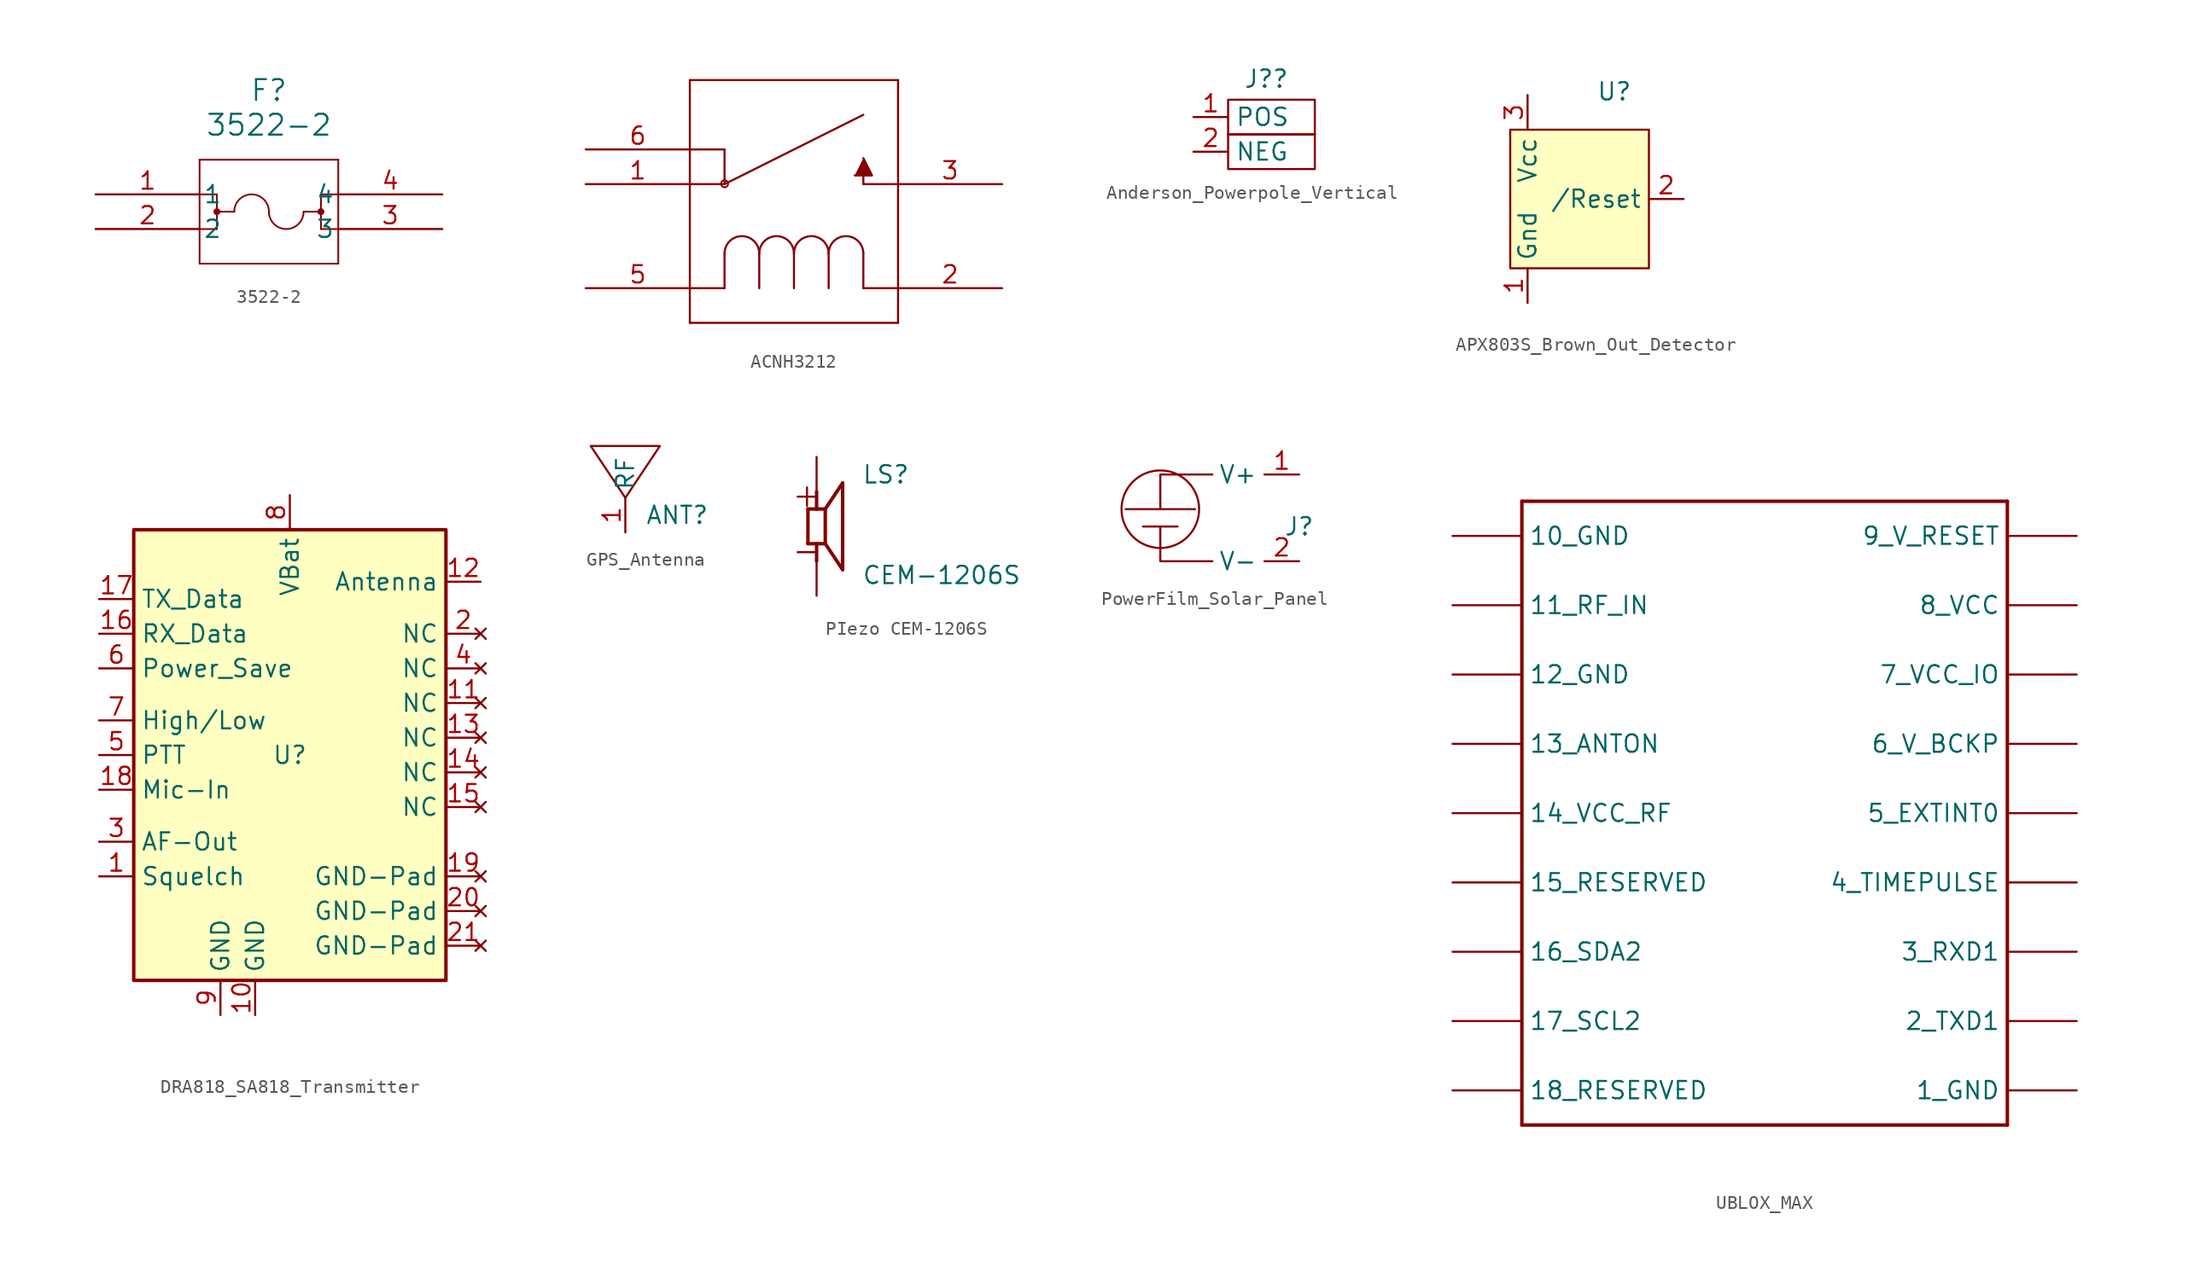
<source format=kicad_sym>
(kicad_symbol_lib
  (version 20241209)
  (generator "kicad_symbol_editor")
  (generator_version "9.0")
  (symbol "3522-2"
    (pin_names
      (offset 0.254))
    (property "Reference" "F"
      (at 12.7 7.62 0)
      (effects (font (size 1.524 1.524))))
    (property "Value" "3522-2"
      (at 12.7 5.08 0)
      (effects (font (size 1.524 1.524))))
    (property "ki_locked" ""
      (at 0 0 0)
      (effects (font (size 1.27 1.27))))
    (symbol "3522-2_0_1"
      (polyline (pts (xy 7.62 2.54) (xy 7.62 -5.08)) (stroke (width 0.127) (type default)) (fill (type none)))
      (polyline (pts (xy 7.62 0) (xy 8.89 0)) (stroke (width 0.127) (type default)) (fill (type none)))
      (polyline (pts (xy 7.62 -2.54) (xy 8.89 -2.54)) (stroke (width 0.127) (type default)) (fill (type none)))
      (polyline (pts (xy 7.62 -5.08) (xy 17.78 -5.08)) (stroke (width 0.127) (type default)) (fill (type none)))
      (polyline (pts (xy 8.89 0) (xy 8.89 -2.54)) (stroke (width 0.127) (type default)) (fill (type none)))
      (polyline (pts (xy 8.89 -1.27) (xy 10.16 -1.27)) (stroke (width 0.127) (type default)) (fill (type none)))
      (circle (center 8.89 -1.27) (radius 0.127) (stroke (width 0.254) (type default)) (fill (type none)))
      (arc (start 10.16 -1.27) (mid 11.43 0) (end 12.7 -1.27) (stroke (width 0.127) (type default)) (fill (type none)))
      (arc (start 15.24 -1.27) (mid 13.97 -2.54) (end 12.7 -1.27) (stroke (width 0.127) (type default)) (fill (type none)))
      (polyline (pts (xy 15.24 -1.27) (xy 16.51 -1.27)) (stroke (width 0.127) (type default)) (fill (type none)))
      (polyline (pts (xy 16.51 0) (xy 17.78 0)) (stroke (width 0.127) (type default)) (fill (type none)))
      (circle (center 16.51 -1.27) (radius 0.127) (stroke (width 0.254) (type default)) (fill (type none)))
      (polyline (pts (xy 16.51 -2.54) (xy 16.51 0)) (stroke (width 0.127) (type default)) (fill (type none)))
      (polyline (pts (xy 17.78 2.54) (xy 7.62 2.54)) (stroke (width 0.127) (type default)) (fill (type none)))
      (polyline (pts (xy 17.78 -2.54) (xy 16.51 -2.54)) (stroke (width 0.127) (type default)) (fill (type none)))
      (polyline (pts (xy 17.78 -5.08) (xy 17.78 2.54)) (stroke (width 0.127) (type default)) (fill (type none)))
      (pin unspecified line (at 0 0 0) (length 7.62) (name "1" (effects (font (size 1.27 1.27)))) (number "1" (effects (font (size 1.27 1.27)))))
      (pin unspecified line (at 0 -2.54 0) (length 7.62) (name "2" (effects (font (size 1.27 1.27)))) (number "2" (effects (font (size 1.27 1.27)))))
      (pin unspecified line (at 25.4 0 180) (length 7.62) (name "4" (effects (font (size 1.27 1.27)))) (number "4" (effects (font (size 1.27 1.27)))))
      (pin unspecified line (at 25.4 -2.54 180) (length 7.62) (name "3" (effects (font (size 1.27 1.27)))) (number "3" (effects (font (size 1.27 1.27)))))))
  (symbol "ACNH3212"
    (property "Reference" "U"
      (at 0 0 0)
      (effects (font (size 1.27 1.27)) (hide yes)))
    (property "ki_locked" ""
      (at 0 0 0)
      (effects (font (size 1.27 1.27))))
    (symbol "ACNH3212_1_0"
      (polyline (pts (xy 7.62 15.24) (xy 7.62 10.16)) (stroke (width 0.152) (type solid)) (fill (type none)))
      (polyline (pts (xy 7.62 10.16) (xy 7.62 7.62)) (stroke (width 0.152) (type solid)) (fill (type none)))
      (polyline (pts (xy 7.62 10.16) (xy 10.16 10.16)) (stroke (width 0.152) (type solid)) (fill (type none)))
      (polyline (pts (xy 7.62 7.62) (xy 7.62 -2.54)) (stroke (width 0.152) (type solid)) (fill (type none)))
      (polyline (pts (xy 7.62 -2.54) (xy 22.86 -2.54)) (stroke (width 0.152) (type solid)) (fill (type none)))
      (polyline (pts (xy 10.16 10.16) (xy 10.16 7.62)) (stroke (width 0.152) (type solid)) (fill (type none)))
      (arc (start 10.1092 7.8994) (mid 10.4144 7.6959) (end 10.2108 7.3914) (stroke (width 0.127) (type solid)) (fill (type none)))
      (arc (start 10.2108 7.3914) (mid 9.9064 7.5943) (end 10.1092 7.8994) (stroke (width 0.127) (type solid)) (fill (type none)))
      (polyline (pts (xy 10.16 7.62) (xy 7.62 7.62)) (stroke (width 0.152) (type solid)) (fill (type none)))
      (polyline (pts (xy 10.16 7.62) (xy 20.32 12.7)) (stroke (width 0.152) (type solid)) (fill (type none)))
      (polyline (pts (xy 10.16 2.54) (xy 10.16 0)) (stroke (width 0.152) (type solid)) (fill (type none)))
      (polyline (pts (xy 10.16 0) (xy 7.62 0)) (stroke (width 0.152) (type solid)) (fill (type none)))
      (arc (start 10.16 2.54) (mid 11.43 3.81) (end 12.7 2.54) (stroke (width 0.1524) (type solid)) (fill (type none)))
      (polyline (pts (xy 12.7 2.54) (xy 12.7 0)) (stroke (width 0.152) (type solid)) (fill (type none)))
      (arc (start 12.7 2.54) (mid 13.97 3.81) (end 15.24 2.54) (stroke (width 0.1524) (type solid)) (fill (type none)))
      (polyline (pts (xy 15.24 2.54) (xy 15.24 0)) (stroke (width 0.152) (type solid)) (fill (type none)))
      (arc (start 15.24 2.54) (mid 16.51 3.81) (end 17.78 2.54) (stroke (width 0.1524) (type solid)) (fill (type none)))
      (polyline (pts (xy 17.78 2.54) (xy 17.78 0)) (stroke (width 0.152) (type solid)) (fill (type none)))
      (arc (start 17.78 2.54) (mid 19.05 3.81) (end 20.32 2.54) (stroke (width 0.1524) (type solid)) (fill (type none)))
      (polyline (pts (xy 19.685 8.255) (xy 20.955 8.255) (xy 20.32 9.525)) (stroke (width 0) (type solid)) (fill (type outline)))
      (polyline (pts (xy 20.32 7.62) (xy 20.32 8.89)) (stroke (width 0.152) (type solid)) (fill (type none)))
      (polyline (pts (xy 20.32 2.54) (xy 20.32 0)) (stroke (width 0.152) (type solid)) (fill (type none)))
      (polyline (pts (xy 20.32 0) (xy 22.86 0)) (stroke (width 0.152) (type solid)) (fill (type none)))
      (polyline (pts (xy 22.86 15.24) (xy 7.62 15.24)) (stroke (width 0.152) (type solid)) (fill (type none)))
      (polyline (pts (xy 22.86 7.62) (xy 20.32 7.62)) (stroke (width 0.152) (type solid)) (fill (type none)))
      (polyline (pts (xy 22.86 7.62) (xy 22.86 15.24)) (stroke (width 0.152) (type solid)) (fill (type none)))
      (polyline (pts (xy 22.86 0) (xy 22.86 7.62)) (stroke (width 0.152) (type solid)) (fill (type none)))
      (polyline (pts (xy 22.86 -2.54) (xy 22.86 0)) (stroke (width 0.152) (type solid)) (fill (type none)))
      (pin passive line (at 0 10.16 0) (length 7.62) (name "2" (effects (font (size 0 0)))) (number "6" (effects (font (size 1.27 1.27)))))
      (pin passive line (at 0 7.62 0) (length 7.62) (name "4" (effects (font (size 0 0)))) (number "1" (effects (font (size 1.27 1.27)))))
      (pin passive line (at 0 0 0) (length 7.62) (name "1" (effects (font (size 0 0)))) (number "5" (effects (font (size 1.27 1.27)))))
      (pin passive line (at 30.48 7.62 180) (length 7.62) (name "3" (effects (font (size 0 0)))) (number "3" (effects (font (size 1.27 1.27)))))
      (pin passive line (at 30.48 0 180) (length 7.62) (name "5" (effects (font (size 0 0)))) (number "2" (effects (font (size 1.27 1.27)))))))
  (symbol "Anderson_Powerpole_Vertical"
    (property "Reference" "J?"
      (at 2.794 4.064 0)
      (effects (font (size 1.27 1.27))))
    (property "Value" ""
      (at 0 0 0)
      (effects (font (size 1.27 1.27))))
    (symbol "Anderson_Powerpole_Vertical_0_1"
      (rectangle (start 0 2.54) (end 6.35 0) (stroke (width 0) (type default)) (fill (type none)))
      (rectangle (start 0 0) (end 6.35 -2.54) (stroke (width 0) (type default)) (fill (type none))))
    (symbol "Anderson_Powerpole_Vertical_1_1"
      (pin power_in line (at -2.54 1.27 0) (length 2.54) (name "POS" (effects (font (size 1.27 1.27)))) (number "1" (effects (font (size 1.27 1.27)))))
      (pin power_in line (at -2.54 -1.27 0) (length 2.54) (name "NEG" (effects (font (size 1.27 1.27)))) (number "2" (effects (font (size 1.27 1.27)))))))
  (symbol "APX803S_Brown_Out_Detector"
    (property "Reference" "U"
      (at 2.54 7.874 0)
      (effects (font (size 1.27 1.27))))
    (property "Value" ""
      (at 0 0 0)
      (effects (font (size 1.27 1.27))))
    (symbol "APX803S_Brown_Out_Detector_1_1"
      (rectangle (start -5.08 5.08) (end 5.08 -5.08) (stroke (width 0) (type solid)) (fill (type color) (color 255 255 194 1)))
      (pin power_in line (at -3.81 7.62 270) (length 2.54) (name "Vcc" (effects (font (size 1.27 1.27)))) (number "3" (effects (font (size 1.27 1.27)))))
      (pin power_in line (at -3.81 -7.62 90) (length 2.54) (name "Gnd" (effects (font (size 1.27 1.27)))) (number "1" (effects (font (size 1.27 1.27)))))
      (pin output line (at 7.62 0 180) (length 2.54) (name "/Reset" (effects (font (size 1.27 1.27)))) (number "2" (effects (font (size 1.27 1.27)))))))
  (symbol "DRA818_SA818_Transmitter"
    (property "Reference" "U"
      (at 0 0 0)
      (effects (font (size 1.27 1.27))))
    (property "Value" ""
      (at 0 0 0)
      (effects (font (size 1.27 1.27))))
    (symbol "DRA818_SA818_Transmitter_1_1"
      (rectangle (start -11.43 16.51) (end 11.43 -16.51) (stroke (width 0.254) (type default)) (fill (type background)))
      (pin output line (at -13.97 11.43 0) (length 2.54) (name "TX_Data" (effects (font (size 1.27 1.27)))) (number "17" (effects (font (size 1.27 1.27)))))
      (pin input line (at -13.97 8.89 0) (length 2.54) (name "RX_Data" (effects (font (size 1.27 1.27)))) (number "16" (effects (font (size 1.27 1.27)))))
      (pin input line (at -13.97 6.35 0) (length 2.54) (name "Power_Save" (effects (font (size 1.27 1.27)))) (number "6" (effects (font (size 1.27 1.27)))))
      (pin input line (at -13.97 2.54 0) (length 2.54) (name "High/Low" (effects (font (size 1.27 1.27)))) (number "7" (effects (font (size 1.27 1.27)))))
      (pin input line (at -13.97 0 0) (length 2.54) (name "PTT" (effects (font (size 1.27 1.27)))) (number "5" (effects (font (size 1.27 1.27)))))
      (pin input line (at -13.97 -2.54 0) (length 2.54) (name "Mic-In" (effects (font (size 1.27 1.27)))) (number "18" (effects (font (size 1.27 1.27)))))
      (pin output line (at -13.97 -6.35 0) (length 2.54) (name "AF-Out" (effects (font (size 1.27 1.27)))) (number "3" (effects (font (size 1.27 1.27)))))
      (pin output line (at -13.97 -8.89 0) (length 2.54) (name "Squelch" (effects (font (size 1.27 1.27)))) (number "1" (effects (font (size 1.27 1.27)))))
      (pin power_in line (at -5.08 -19.05 90) (length 2.54) (name "GND" (effects (font (size 1.27 1.27)))) (number "9" (effects (font (size 1.27 1.27)))))
      (pin power_in line (at -2.54 -19.05 90) (length 2.54) (name "GND" (effects (font (size 1.27 1.27)))) (number "10" (effects (font (size 1.27 1.27)))))
      (pin power_in line (at 0 19.05 270) (length 2.54) (name "VBat" (effects (font (size 1.27 1.27)))) (number "8" (effects (font (size 1.27 1.27)))))
      (pin output line (at 13.97 12.7 180) (length 2.54) (name "Antenna" (effects (font (size 1.27 1.27)))) (number "12" (effects (font (size 1.27 1.27)))))
      (pin no_connect line (at 13.97 8.89 180) (length 2.54) (name "NC" (effects (font (size 1.27 1.27)))) (number "2" (effects (font (size 1.27 1.27)))))
      (pin no_connect line (at 13.97 6.35 180) (length 2.54) (name "NC" (effects (font (size 1.27 1.27)))) (number "4" (effects (font (size 1.27 1.27)))))
      (pin no_connect line (at 13.97 3.81 180) (length 2.54) (name "NC" (effects (font (size 1.27 1.27)))) (number "11" (effects (font (size 1.27 1.27)))))
      (pin no_connect line (at 13.97 1.27 180) (length 2.54) (name "NC" (effects (font (size 1.27 1.27)))) (number "13" (effects (font (size 1.27 1.27)))))
      (pin no_connect line (at 13.97 -1.27 180) (length 2.54) (name "NC" (effects (font (size 1.27 1.27)))) (number "14" (effects (font (size 1.27 1.27)))))
      (pin no_connect line (at 13.97 -3.81 180) (length 2.54) (name "NC" (effects (font (size 1.27 1.27)))) (number "15" (effects (font (size 1.27 1.27)))))
      (pin no_connect line (at 13.97 -8.89 180) (length 2.54) (name "GND-Pad" (effects (font (size 1.27 1.27)))) (number "19" (effects (font (size 1.27 1.27)))))
      (pin no_connect line (at 13.97 -11.43 180) (length 2.54) (name "GND-Pad" (effects (font (size 1.27 1.27)))) (number "20" (effects (font (size 1.27 1.27)))))
      (pin no_connect line (at 13.97 -13.97 180) (length 2.54) (name "GND-Pad" (effects (font (size 1.27 1.27)))) (number "21" (effects (font (size 1.27 1.27)))))))
  (symbol "GPS_Antenna"
    (property "Reference" "ANT"
      (at 3.81 1.27 0)
      (effects (font (size 1.27 1.27))))
    (property "Value" ""
      (at 0 0 0)
      (effects (font (size 1.27 1.27))))
    (symbol "GPS_Antenna_0_1"
      (polyline (pts (xy 0 2.54) (xy 2.54 6.35) (xy -2.54 6.35) (xy 0 2.54)) (stroke (width 0) (type default)) (fill (type none))))
    (symbol "GPS_Antenna_1_1"
      (pin bidirectional line (at 0 0 90) (length 2.54) (name "RF" (effects (font (size 1.27 1.27)))) (number "1" (effects (font (size 1.27 1.27)))))))
  (symbol "PIezo CEM-1206S"
    (pin_numbers
      (hide yes))
    (pin_names
      (offset 1.016)
      (hide yes))
    (property "Reference" "LS"
      (at 3.302 3.048 0)
      (effects (font (size 1.27 1.27)) (justify left bottom)))
    (property "Value" "CEM-1206S"
      (at 3.302 -4.318 0)
      (effects (font (size 1.27 1.27)) (justify left bottom)))
    (symbol "PIezo CEM-1206S_0_0"
      (polyline (pts (xy -0.635 1.27) (xy 0 1.27)) (stroke (width 0.254) (type solid)) (fill (type none)))
      (polyline (pts (xy -0.635 -1.27) (xy -0.635 1.27)) (stroke (width 0.254) (type solid)) (fill (type none)))
      (polyline (pts (xy 0 1.27) (xy 0 2.54)) (stroke (width 0.254) (type solid)) (fill (type none)))
      (polyline (pts (xy 0 1.27) (xy 0.635 1.27)) (stroke (width 0.254) (type solid)) (fill (type none)))
      (polyline (pts (xy 0 -1.27) (xy -0.635 -1.27)) (stroke (width 0.254) (type solid)) (fill (type none)))
      (polyline (pts (xy 0 -1.27) (xy 0 -2.54)) (stroke (width 0.254) (type solid)) (fill (type none)))
      (polyline (pts (xy 0.635 1.27) (xy 0.635 -1.27)) (stroke (width 0.254) (type solid)) (fill (type none)))
      (polyline (pts (xy 0.635 1.27) (xy 1.905 3.175)) (stroke (width 0.254) (type solid)) (fill (type none)))
      (polyline (pts (xy 0.635 -1.27) (xy 0 -1.27)) (stroke (width 0.254) (type solid)) (fill (type none)))
      (polyline (pts (xy 1.905 3.175) (xy 1.905 -3.175)) (stroke (width 0.254) (type solid)) (fill (type none)))
      (polyline (pts (xy 1.905 -3.175) (xy 0.635 -1.27)) (stroke (width 0.254) (type solid)) (fill (type none)))
      (text "+" (at -1.905 1.27 0) (effects (font (size 1.778 1.778)) (justify left bottom)))
      (text "-" (at -1.905 -2.794 0) (effects (font (size 1.778 1.778)) (justify left bottom)))
      (pin passive line (at 0 5.08 270) (length 2.54) (name "~" (effects (font (size 1.016 1.016)))) (number "P" (effects (font (size 1.016 1.016)))))
      (pin passive line (at 0 -5.08 90) (length 2.54) (name "~" (effects (font (size 1.016 1.016)))) (number "N" (effects (font (size 1.016 1.016)))))))
  (symbol "PowerFilm_Solar_Panel"
    (property "Reference" "J"
      (at 3.81 -1.27 0)
      (effects (font (size 1.27 1.27))))
    (property "Value" ""
      (at 3.81 -1.27 0)
      (effects (font (size 1.27 1.27))))
    (symbol "PowerFilm_Solar_Panel_0_1"
      (polyline (pts (xy -8.89 0) (xy -3.81 0)) (stroke (width 0) (type default)) (fill (type none)))
      (polyline (pts (xy -7.62 -1.27) (xy -5.08 -1.27)) (stroke (width 0) (type default)) (fill (type none))))
    (symbol "PowerFilm_Solar_Panel_1_1"
      (circle (center -6.35 0) (radius 2.84) (stroke (width 0) (type default)) (fill (type none)))
      (polyline (pts (xy -6.35 0) (xy -6.35 2.54) (xy -2.54 2.54)) (stroke (width 0) (type default)) (fill (type none)))
      (polyline (pts (xy -6.35 -1.27) (xy -6.35 -3.81) (xy -2.54 -3.81)) (stroke (width 0) (type default)) (fill (type none)))
      (pin power_out line (at 3.81 2.54 180) (length 2.54) (name "V+" (effects (font (size 1.27 1.27)))) (number "1" (effects (font (size 1.27 1.27)))))
      (pin power_out line (at 3.81 -3.81 180) (length 2.54) (name "V-" (effects (font (size 1.27 1.27)))) (number "2" (effects (font (size 1.27 1.27)))))))
  (symbol "UBLOX_MAX"
    (property "Reference" "U"
      (at 0 0 0)
      (effects (font (size 1.27 1.27)) (hide yes)))
    (property "ki_locked" ""
      (at 0 0 0)
      (effects (font (size 1.27 1.27))))
    (symbol "UBLOX_MAX_1_0"
      (polyline (pts (xy -17.78 17.78) (xy -17.78 -27.94)) (stroke (width 0.254) (type solid)) (fill (type none)))
      (polyline (pts (xy -17.78 -27.94) (xy 17.78 -27.94)) (stroke (width 0.254) (type solid)) (fill (type none)))
      (polyline (pts (xy 17.78 17.78) (xy -17.78 17.78)) (stroke (width 0.254) (type solid)) (fill (type background)))
      (polyline (pts (xy 17.78 -27.94) (xy 17.78 17.78)) (stroke (width 0.254) (type solid)) (fill (type none)))
      (pin power_in line (at -22.86 15.24 0) (length 5.08) (name "10_GND" (effects (font (size 1.27 1.27)))) (number "10_GND" (effects (font (size 0 0)))))
      (pin bidirectional line (at -22.86 10.16 0) (length 5.08) (name "11_RF_IN" (effects (font (size 1.27 1.27)))) (number "11_RF_IN" (effects (font (size 0 0)))))
      (pin power_in line (at -22.86 5.08 0) (length 5.08) (name "12_GND" (effects (font (size 1.27 1.27)))) (number "12_GND" (effects (font (size 0 0)))))
      (pin bidirectional line (at -22.86 0 0) (length 5.08) (name "13_ANTON" (effects (font (size 1.27 1.27)))) (number "13_ANTON" (effects (font (size 0 0)))))
      (pin bidirectional line (at -22.86 -5.08 0) (length 5.08) (name "14_VCC_RF" (effects (font (size 1.27 1.27)))) (number "14_VCC_RF" (effects (font (size 0 0)))))
      (pin bidirectional line (at -22.86 -10.16 0) (length 5.08) (name "15_RESERVED" (effects (font (size 1.27 1.27)))) (number "15_RESERVED" (effects (font (size 0 0)))))
      (pin bidirectional line (at -22.86 -15.24 0) (length 5.08) (name "16_SDA2" (effects (font (size 1.27 1.27)))) (number "16_SDA2" (effects (font (size 0 0)))))
      (pin bidirectional line (at -22.86 -20.32 0) (length 5.08) (name "17_SCL2" (effects (font (size 1.27 1.27)))) (number "17_SCL2" (effects (font (size 0 0)))))
      (pin bidirectional line (at -22.86 -25.4 0) (length 5.08) (name "18_RESERVED" (effects (font (size 1.27 1.27)))) (number "18_RESERVED" (effects (font (size 0 0)))))
      (pin power_in line (at 22.86 15.24 180) (length 5.08) (name "9_V_RESET" (effects (font (size 1.27 1.27)))) (number "9_V_RESET" (effects (font (size 0 0)))))
      (pin power_in line (at 22.86 10.16 180) (length 5.08) (name "8_VCC" (effects (font (size 1.27 1.27)))) (number "8_VCC" (effects (font (size 0 0)))))
      (pin power_in line (at 22.86 5.08 180) (length 5.08) (name "7_VCC_IO" (effects (font (size 1.27 1.27)))) (number "7_VCC_IO" (effects (font (size 0 0)))))
      (pin bidirectional line (at 22.86 0 180) (length 5.08) (name "6_V_BCKP" (effects (font (size 1.27 1.27)))) (number "6_V_BCKP" (effects (font (size 0 0)))))
      (pin bidirectional line (at 22.86 -5.08 180) (length 5.08) (name "5_EXTINT0" (effects (font (size 1.27 1.27)))) (number "5_EXTINT0" (effects (font (size 0 0)))))
      (pin bidirectional line (at 22.86 -10.16 180) (length 5.08) (name "4_TIMEPULSE" (effects (font (size 1.27 1.27)))) (number "4_TIMEPULSE" (effects (font (size 0 0)))))
      (pin bidirectional line (at 22.86 -15.24 180) (length 5.08) (name "3_RXD1" (effects (font (size 1.27 1.27)))) (number "3_RXD1" (effects (font (size 0 0)))))
      (pin bidirectional line (at 22.86 -20.32 180) (length 5.08) (name "2_TXD1" (effects (font (size 1.27 1.27)))) (number "2_TXD1" (effects (font (size 0 0)))))
      (pin power_in line (at 22.86 -25.4 180) (length 5.08) (name "1_GND" (effects (font (size 1.27 1.27)))) (number "1_GND" (effects (font (size 0 0))))))))
</source>
